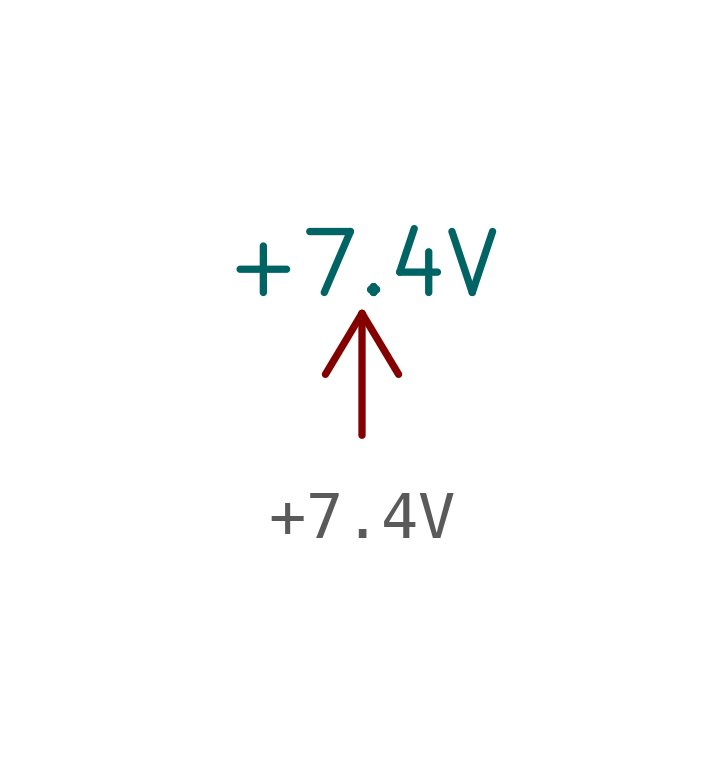
<source format=kicad_sym>
(kicad_symbol_lib
  (version 20231120)
  (generator "kicad_symbol_editor")
  (generator_version "8.0")
  (symbol "+7.4V"
    (power)
    (pin_names
      (offset 0))
    (property "Reference" "#PWR"
      (at 5.207 -4.191 0)
      (effects (font (size 1.27 1.27)) (hide yes)))
    (property "Value" "+7.4V"
      (at 0 3.556 0)
      (effects (font (size 1.27 1.27))))
    (symbol "+7.4V_0_1"
      (polyline (pts (xy -0.762 1.27) (xy 0 2.54)) (stroke (width 0) (type default)) (fill (type none)))
      (polyline (pts (xy 0 0) (xy 0 2.54)) (stroke (width 0) (type default)) (fill (type none)))
      (polyline (pts (xy 0 2.54) (xy 0.762 1.27)) (stroke (width 0) (type default)) (fill (type none))))
    (symbol "+7.4V_1_1"
      (pin power_in line (at 0 0 90) (length 0) hide (name "+9.0V" (effects (font (size 1.27 1.27)))) (number "1" (effects (font (size 1.27 1.27))))))))
</source>
